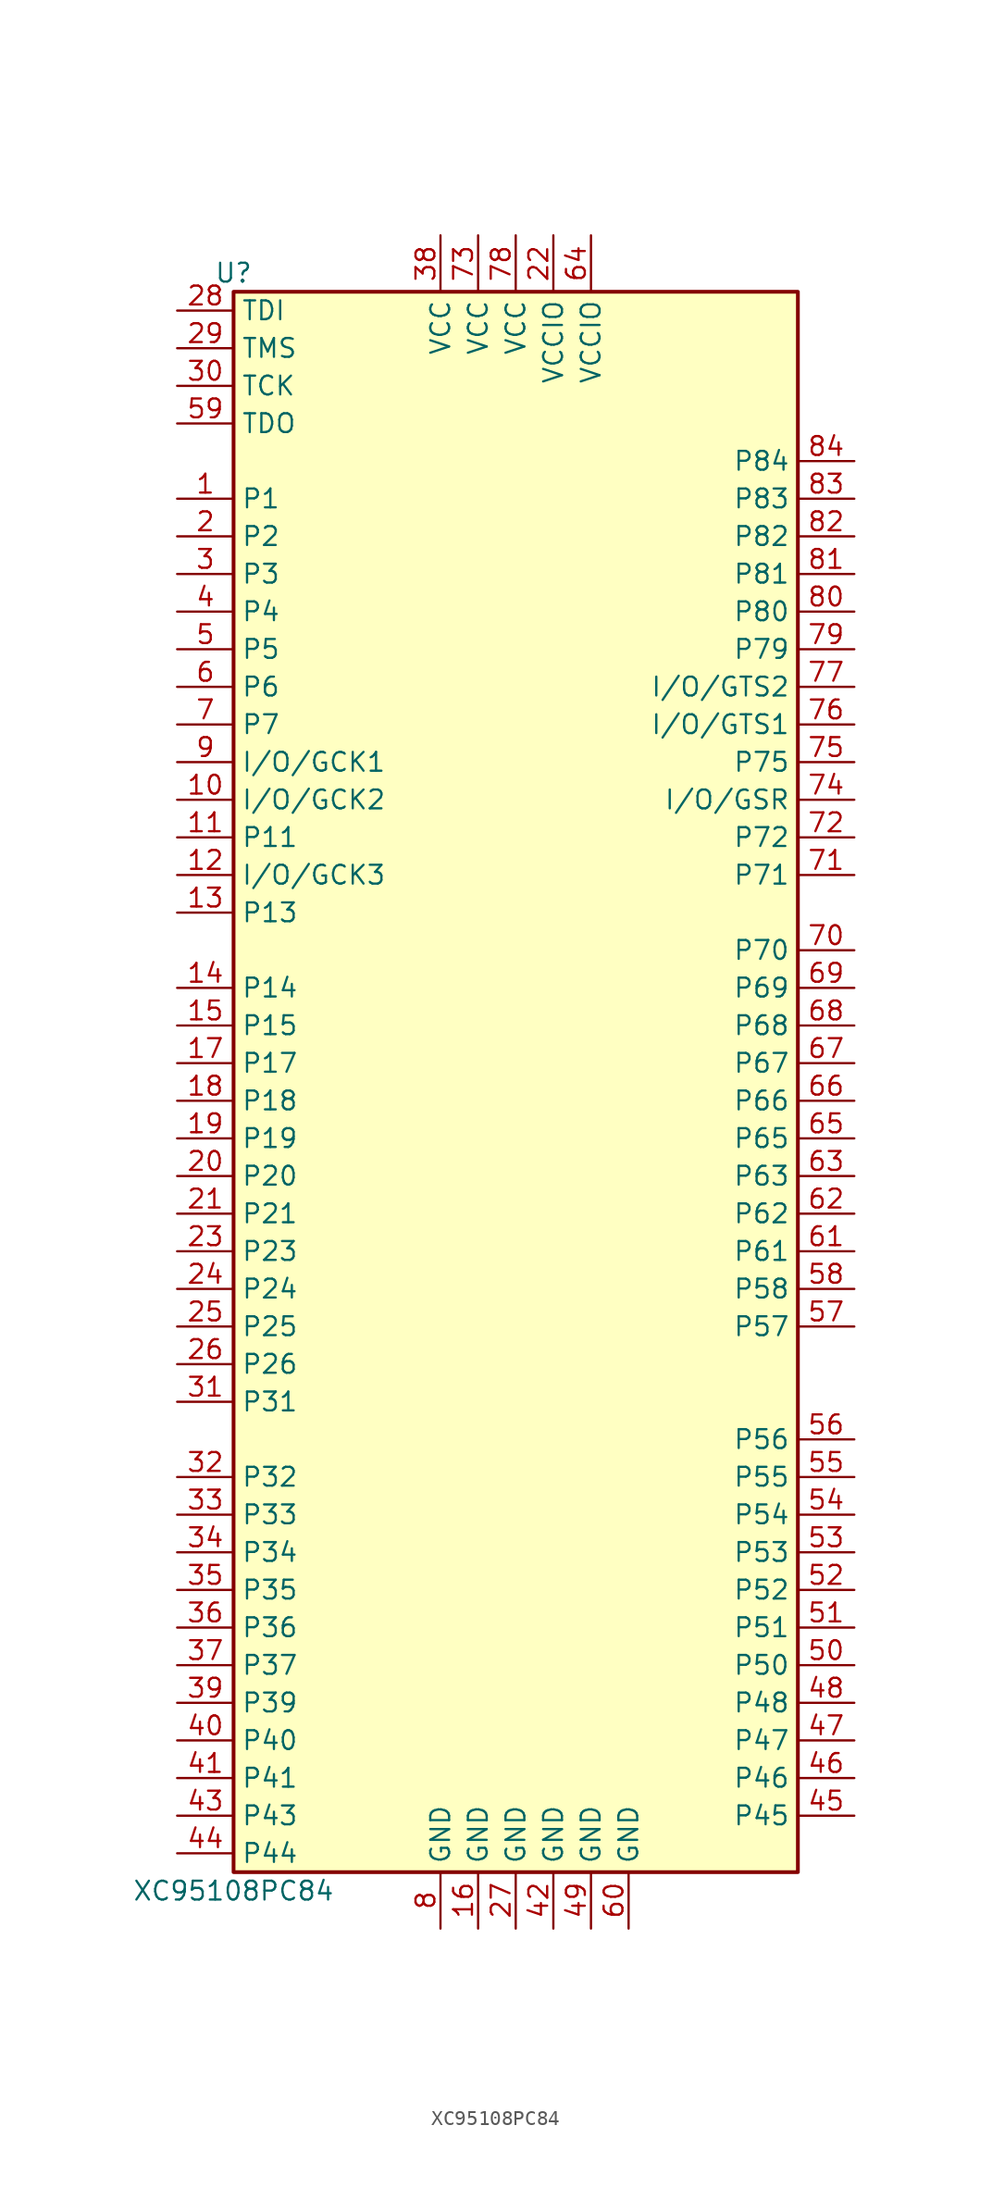
<source format=kicad_sym>
(kicad_symbol_lib
  (version 20241209)
  (generator "kicad_symbol_editor")
  (generator_version "9.0")
  (symbol "XC95108PC84"
    (property "Reference" "U"
      (at -19.05 53.34 0)
      (effects (font (size 1.27 1.27))))
    (property "Value" "XC95108PC84"
      (at -19.05 -55.88 0)
      (effects (font (size 1.27 1.27))))
    (symbol "XC95108PC84_1_1"
      (rectangle (start -19.05 52.07) (end 19.05 -54.61) (stroke (width 0.254) (type default)) (fill (type background)))
      (pin input line (at -22.86 50.8 0) (length 3.81) (name "TDI" (effects (font (size 1.27 1.27)))) (number "28" (effects (font (size 1.27 1.27)))))
      (pin input line (at -22.86 48.26 0) (length 3.81) (name "TMS" (effects (font (size 1.27 1.27)))) (number "29" (effects (font (size 1.27 1.27)))))
      (pin input line (at -22.86 45.72 0) (length 3.81) (name "TCK" (effects (font (size 1.27 1.27)))) (number "30" (effects (font (size 1.27 1.27)))))
      (pin output line (at -22.86 43.18 0) (length 3.81) (name "TDO" (effects (font (size 1.27 1.27)))) (number "59" (effects (font (size 1.27 1.27)))))
      (pin bidirectional line (at -22.86 38.1 0) (length 3.81) (name "P1" (effects (font (size 1.27 1.27)))) (number "1" (effects (font (size 1.27 1.27)))))
      (pin bidirectional line (at -22.86 35.56 0) (length 3.81) (name "P2" (effects (font (size 1.27 1.27)))) (number "2" (effects (font (size 1.27 1.27)))))
      (pin bidirectional line (at -22.86 33.02 0) (length 3.81) (name "P3" (effects (font (size 1.27 1.27)))) (number "3" (effects (font (size 1.27 1.27)))))
      (pin bidirectional line (at -22.86 30.48 0) (length 3.81) (name "P4" (effects (font (size 1.27 1.27)))) (number "4" (effects (font (size 1.27 1.27)))))
      (pin bidirectional line (at -22.86 27.94 0) (length 3.81) (name "P5" (effects (font (size 1.27 1.27)))) (number "5" (effects (font (size 1.27 1.27)))))
      (pin bidirectional line (at -22.86 25.4 0) (length 3.81) (name "P6" (effects (font (size 1.27 1.27)))) (number "6" (effects (font (size 1.27 1.27)))))
      (pin bidirectional line (at -22.86 22.86 0) (length 3.81) (name "P7" (effects (font (size 1.27 1.27)))) (number "7" (effects (font (size 1.27 1.27)))))
      (pin bidirectional line (at -22.86 20.32 0) (length 3.81) (name "I/O/GCK1" (effects (font (size 1.27 1.27)))) (number "9" (effects (font (size 1.27 1.27)))))
      (pin bidirectional line (at -22.86 17.78 0) (length 3.81) (name "I/O/GCK2" (effects (font (size 1.27 1.27)))) (number "10" (effects (font (size 1.27 1.27)))))
      (pin bidirectional line (at -22.86 15.24 0) (length 3.81) (name "P11" (effects (font (size 1.27 1.27)))) (number "11" (effects (font (size 1.27 1.27)))))
      (pin bidirectional line (at -22.86 12.7 0) (length 3.81) (name "I/O/GCK3" (effects (font (size 1.27 1.27)))) (number "12" (effects (font (size 1.27 1.27)))))
      (pin bidirectional line (at -22.86 10.16 0) (length 3.81) (name "P13" (effects (font (size 1.27 1.27)))) (number "13" (effects (font (size 1.27 1.27)))))
      (pin bidirectional line (at -22.86 5.08 0) (length 3.81) (name "P14" (effects (font (size 1.27 1.27)))) (number "14" (effects (font (size 1.27 1.27)))))
      (pin bidirectional line (at -22.86 2.54 0) (length 3.81) (name "P15" (effects (font (size 1.27 1.27)))) (number "15" (effects (font (size 1.27 1.27)))))
      (pin bidirectional line (at -22.86 0 0) (length 3.81) (name "P17" (effects (font (size 1.27 1.27)))) (number "17" (effects (font (size 1.27 1.27)))))
      (pin bidirectional line (at -22.86 -2.54 0) (length 3.81) (name "P18" (effects (font (size 1.27 1.27)))) (number "18" (effects (font (size 1.27 1.27)))))
      (pin bidirectional line (at -22.86 -5.08 0) (length 3.81) (name "P19" (effects (font (size 1.27 1.27)))) (number "19" (effects (font (size 1.27 1.27)))))
      (pin bidirectional line (at -22.86 -7.62 0) (length 3.81) (name "P20" (effects (font (size 1.27 1.27)))) (number "20" (effects (font (size 1.27 1.27)))))
      (pin bidirectional line (at -22.86 -10.16 0) (length 3.81) (name "P21" (effects (font (size 1.27 1.27)))) (number "21" (effects (font (size 1.27 1.27)))))
      (pin bidirectional line (at -22.86 -12.7 0) (length 3.81) (name "P23" (effects (font (size 1.27 1.27)))) (number "23" (effects (font (size 1.27 1.27)))))
      (pin bidirectional line (at -22.86 -15.24 0) (length 3.81) (name "P24" (effects (font (size 1.27 1.27)))) (number "24" (effects (font (size 1.27 1.27)))))
      (pin bidirectional line (at -22.86 -17.78 0) (length 3.81) (name "P25" (effects (font (size 1.27 1.27)))) (number "25" (effects (font (size 1.27 1.27)))))
      (pin bidirectional line (at -22.86 -20.32 0) (length 3.81) (name "P26" (effects (font (size 1.27 1.27)))) (number "26" (effects (font (size 1.27 1.27)))))
      (pin bidirectional line (at -22.86 -22.86 0) (length 3.81) (name "P31" (effects (font (size 1.27 1.27)))) (number "31" (effects (font (size 1.27 1.27)))))
      (pin bidirectional line (at -22.86 -27.94 0) (length 3.81) (name "P32" (effects (font (size 1.27 1.27)))) (number "32" (effects (font (size 1.27 1.27)))))
      (pin bidirectional line (at -22.86 -30.48 0) (length 3.81) (name "P33" (effects (font (size 1.27 1.27)))) (number "33" (effects (font (size 1.27 1.27)))))
      (pin bidirectional line (at -22.86 -33.02 0) (length 3.81) (name "P34" (effects (font (size 1.27 1.27)))) (number "34" (effects (font (size 1.27 1.27)))))
      (pin bidirectional line (at -22.86 -35.56 0) (length 3.81) (name "P35" (effects (font (size 1.27 1.27)))) (number "35" (effects (font (size 1.27 1.27)))))
      (pin bidirectional line (at -22.86 -38.1 0) (length 3.81) (name "P36" (effects (font (size 1.27 1.27)))) (number "36" (effects (font (size 1.27 1.27)))))
      (pin bidirectional line (at -22.86 -40.64 0) (length 3.81) (name "P37" (effects (font (size 1.27 1.27)))) (number "37" (effects (font (size 1.27 1.27)))))
      (pin bidirectional line (at -22.86 -43.18 0) (length 3.81) (name "P39" (effects (font (size 1.27 1.27)))) (number "39" (effects (font (size 1.27 1.27)))))
      (pin bidirectional line (at -22.86 -45.72 0) (length 3.81) (name "P40" (effects (font (size 1.27 1.27)))) (number "40" (effects (font (size 1.27 1.27)))))
      (pin bidirectional line (at -22.86 -48.26 0) (length 3.81) (name "P41" (effects (font (size 1.27 1.27)))) (number "41" (effects (font (size 1.27 1.27)))))
      (pin bidirectional line (at -22.86 -50.8 0) (length 3.81) (name "P43" (effects (font (size 1.27 1.27)))) (number "43" (effects (font (size 1.27 1.27)))))
      (pin bidirectional line (at -22.86 -53.34 0) (length 3.81) (name "P44" (effects (font (size 1.27 1.27)))) (number "44" (effects (font (size 1.27 1.27)))))
      (pin power_in line (at -5.08 55.88 270) (length 3.81) (name "VCC" (effects (font (size 1.27 1.27)))) (number "38" (effects (font (size 1.27 1.27)))))
      (pin power_in line (at -5.08 -58.42 90) (length 3.81) (name "GND" (effects (font (size 1.27 1.27)))) (number "8" (effects (font (size 1.27 1.27)))))
      (pin power_in line (at -2.54 55.88 270) (length 3.81) (name "VCC" (effects (font (size 1.27 1.27)))) (number "73" (effects (font (size 1.27 1.27)))))
      (pin power_in line (at -2.54 -58.42 90) (length 3.81) (name "GND" (effects (font (size 1.27 1.27)))) (number "16" (effects (font (size 1.27 1.27)))))
      (pin power_in line (at 0 55.88 270) (length 3.81) (name "VCC" (effects (font (size 1.27 1.27)))) (number "78" (effects (font (size 1.27 1.27)))))
      (pin power_in line (at 0 -58.42 90) (length 3.81) (name "GND" (effects (font (size 1.27 1.27)))) (number "27" (effects (font (size 1.27 1.27)))))
      (pin power_in line (at 2.54 55.88 270) (length 3.81) (name "VCCIO" (effects (font (size 1.27 1.27)))) (number "22" (effects (font (size 1.27 1.27)))))
      (pin power_in line (at 2.54 -58.42 90) (length 3.81) (name "GND" (effects (font (size 1.27 1.27)))) (number "42" (effects (font (size 1.27 1.27)))))
      (pin power_in line (at 5.08 55.88 270) (length 3.81) (name "VCCIO" (effects (font (size 1.27 1.27)))) (number "64" (effects (font (size 1.27 1.27)))))
      (pin power_in line (at 5.08 -58.42 90) (length 3.81) (name "GND" (effects (font (size 1.27 1.27)))) (number "49" (effects (font (size 1.27 1.27)))))
      (pin power_in line (at 7.62 -58.42 90) (length 3.81) (name "GND" (effects (font (size 1.27 1.27)))) (number "60" (effects (font (size 1.27 1.27)))))
      (pin bidirectional line (at 22.86 40.64 180) (length 3.81) (name "P84" (effects (font (size 1.27 1.27)))) (number "84" (effects (font (size 1.27 1.27)))))
      (pin bidirectional line (at 22.86 38.1 180) (length 3.81) (name "P83" (effects (font (size 1.27 1.27)))) (number "83" (effects (font (size 1.27 1.27)))))
      (pin bidirectional line (at 22.86 35.56 180) (length 3.81) (name "P82" (effects (font (size 1.27 1.27)))) (number "82" (effects (font (size 1.27 1.27)))))
      (pin bidirectional line (at 22.86 33.02 180) (length 3.81) (name "P81" (effects (font (size 1.27 1.27)))) (number "81" (effects (font (size 1.27 1.27)))))
      (pin bidirectional line (at 22.86 30.48 180) (length 3.81) (name "P80" (effects (font (size 1.27 1.27)))) (number "80" (effects (font (size 1.27 1.27)))))
      (pin bidirectional line (at 22.86 27.94 180) (length 3.81) (name "P79" (effects (font (size 1.27 1.27)))) (number "79" (effects (font (size 1.27 1.27)))))
      (pin bidirectional line (at 22.86 25.4 180) (length 3.81) (name "I/O/GTS2" (effects (font (size 1.27 1.27)))) (number "77" (effects (font (size 1.27 1.27)))))
      (pin bidirectional line (at 22.86 22.86 180) (length 3.81) (name "I/O/GTS1" (effects (font (size 1.27 1.27)))) (number "76" (effects (font (size 1.27 1.27)))))
      (pin bidirectional line (at 22.86 20.32 180) (length 3.81) (name "P75" (effects (font (size 1.27 1.27)))) (number "75" (effects (font (size 1.27 1.27)))))
      (pin bidirectional line (at 22.86 17.78 180) (length 3.81) (name "I/O/GSR" (effects (font (size 1.27 1.27)))) (number "74" (effects (font (size 1.27 1.27)))))
      (pin bidirectional line (at 22.86 15.24 180) (length 3.81) (name "P72" (effects (font (size 1.27 1.27)))) (number "72" (effects (font (size 1.27 1.27)))))
      (pin bidirectional line (at 22.86 12.7 180) (length 3.81) (name "P71" (effects (font (size 1.27 1.27)))) (number "71" (effects (font (size 1.27 1.27)))))
      (pin bidirectional line (at 22.86 7.62 180) (length 3.81) (name "P70" (effects (font (size 1.27 1.27)))) (number "70" (effects (font (size 1.27 1.27)))))
      (pin bidirectional line (at 22.86 5.08 180) (length 3.81) (name "P69" (effects (font (size 1.27 1.27)))) (number "69" (effects (font (size 1.27 1.27)))))
      (pin bidirectional line (at 22.86 2.54 180) (length 3.81) (name "P68" (effects (font (size 1.27 1.27)))) (number "68" (effects (font (size 1.27 1.27)))))
      (pin bidirectional line (at 22.86 0 180) (length 3.81) (name "P67" (effects (font (size 1.27 1.27)))) (number "67" (effects (font (size 1.27 1.27)))))
      (pin bidirectional line (at 22.86 -2.54 180) (length 3.81) (name "P66" (effects (font (size 1.27 1.27)))) (number "66" (effects (font (size 1.27 1.27)))))
      (pin bidirectional line (at 22.86 -5.08 180) (length 3.81) (name "P65" (effects (font (size 1.27 1.27)))) (number "65" (effects (font (size 1.27 1.27)))))
      (pin bidirectional line (at 22.86 -7.62 180) (length 3.81) (name "P63" (effects (font (size 1.27 1.27)))) (number "63" (effects (font (size 1.27 1.27)))))
      (pin bidirectional line (at 22.86 -10.16 180) (length 3.81) (name "P62" (effects (font (size 1.27 1.27)))) (number "62" (effects (font (size 1.27 1.27)))))
      (pin bidirectional line (at 22.86 -12.7 180) (length 3.81) (name "P61" (effects (font (size 1.27 1.27)))) (number "61" (effects (font (size 1.27 1.27)))))
      (pin bidirectional line (at 22.86 -15.24 180) (length 3.81) (name "P58" (effects (font (size 1.27 1.27)))) (number "58" (effects (font (size 1.27 1.27)))))
      (pin bidirectional line (at 22.86 -17.78 180) (length 3.81) (name "P57" (effects (font (size 1.27 1.27)))) (number "57" (effects (font (size 1.27 1.27)))))
      (pin bidirectional line (at 22.86 -25.4 180) (length 3.81) (name "P56" (effects (font (size 1.27 1.27)))) (number "56" (effects (font (size 1.27 1.27)))))
      (pin bidirectional line (at 22.86 -27.94 180) (length 3.81) (name "P55" (effects (font (size 1.27 1.27)))) (number "55" (effects (font (size 1.27 1.27)))))
      (pin bidirectional line (at 22.86 -30.48 180) (length 3.81) (name "P54" (effects (font (size 1.27 1.27)))) (number "54" (effects (font (size 1.27 1.27)))))
      (pin bidirectional line (at 22.86 -33.02 180) (length 3.81) (name "P53" (effects (font (size 1.27 1.27)))) (number "53" (effects (font (size 1.27 1.27)))))
      (pin bidirectional line (at 22.86 -35.56 180) (length 3.81) (name "P52" (effects (font (size 1.27 1.27)))) (number "52" (effects (font (size 1.27 1.27)))))
      (pin bidirectional line (at 22.86 -38.1 180) (length 3.81) (name "P51" (effects (font (size 1.27 1.27)))) (number "51" (effects (font (size 1.27 1.27)))))
      (pin bidirectional line (at 22.86 -40.64 180) (length 3.81) (name "P50" (effects (font (size 1.27 1.27)))) (number "50" (effects (font (size 1.27 1.27)))))
      (pin bidirectional line (at 22.86 -43.18 180) (length 3.81) (name "P48" (effects (font (size 1.27 1.27)))) (number "48" (effects (font (size 1.27 1.27)))))
      (pin bidirectional line (at 22.86 -45.72 180) (length 3.81) (name "P47" (effects (font (size 1.27 1.27)))) (number "47" (effects (font (size 1.27 1.27)))))
      (pin bidirectional line (at 22.86 -48.26 180) (length 3.81) (name "P46" (effects (font (size 1.27 1.27)))) (number "46" (effects (font (size 1.27 1.27)))))
      (pin bidirectional line (at 22.86 -50.8 180) (length 3.81) (name "P45" (effects (font (size 1.27 1.27)))) (number "45" (effects (font (size 1.27 1.27))))))))
</source>
